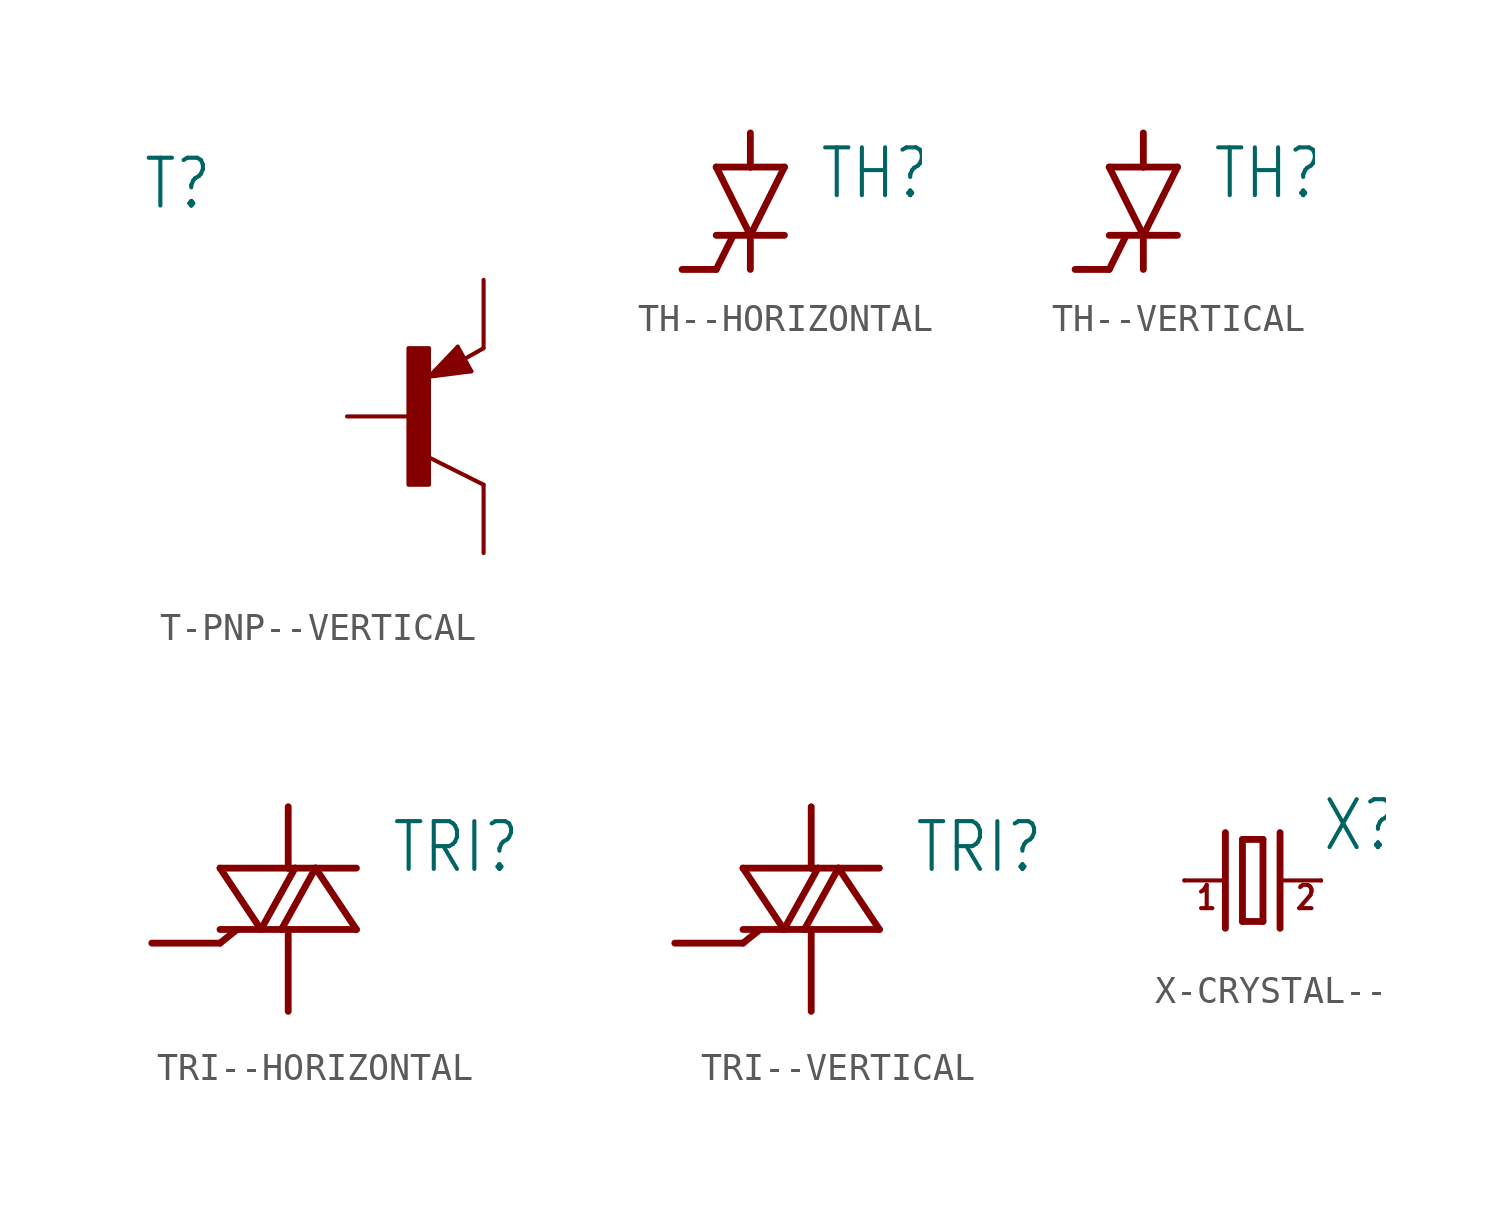
<source format=kicad_sym>
(kicad_symbol_lib
  (version 20231120)
  (generator "kicad_symbol_editor")
  (generator_version "8.0")
  (symbol "T-PNP--VERTICAL"
    (property "Reference" "T"
      (at -10.16 7.62 0)
      (effects (font (size 1.778 1.511)) (justify left bottom)))
    (property "Value" ""
      (at -10.16 5.08 0)
      (effects (font (size 1.778 1.511)) (justify left bottom)))
    (property "ki_locked" ""
      (at 0 0 0)
      (effects (font (size 1.27 1.27))))
    (symbol "T-PNP--VERTICAL_1_0"
      (rectangle (start -0.254 -2.54) (end 0.508 2.54) (stroke (width 0) (type default)) (fill (type outline)))
      (polyline (pts (xy 0.516 1.478) (xy 2.086 1.678)) (stroke (width 0.152) (type solid)) (fill (type none)))
      (polyline (pts (xy 0.762 1.651) (xy 1.778 1.778)) (stroke (width 0.254) (type solid)) (fill (type none)))
      (polyline (pts (xy 1.143 1.905) (xy 1.524 1.905)) (stroke (width 0.254) (type solid)) (fill (type none)))
      (polyline (pts (xy 1.524 2.159) (xy 1.143 1.905)) (stroke (width 0.254) (type solid)) (fill (type none)))
      (polyline (pts (xy 1.524 2.413) (xy 0.762 1.651)) (stroke (width 0.254) (type solid)) (fill (type none)))
      (polyline (pts (xy 1.578 2.594) (xy 0.516 1.478)) (stroke (width 0.152) (type solid)) (fill (type none)))
      (polyline (pts (xy 1.778 1.778) (xy 1.524 2.159)) (stroke (width 0.254) (type solid)) (fill (type none)))
      (polyline (pts (xy 1.905 1.778) (xy 1.524 2.413)) (stroke (width 0.254) (type solid)) (fill (type none)))
      (polyline (pts (xy 2.086 1.678) (xy 1.578 2.594)) (stroke (width 0.152) (type solid)) (fill (type none)))
      (polyline (pts (xy 2.54 -2.54) (xy 0.508 -1.524)) (stroke (width 0.152) (type solid)) (fill (type none)))
      (polyline (pts (xy 2.54 2.54) (xy 1.808 2.124)) (stroke (width 0.152) (type solid)) (fill (type none)))
      (pin passive line (at -2.54 0 0) (length 2.54) (name "B" (effects (font (size 0 0)))) (number "1" (effects (font (size 0 0)))))
      (pin passive line (at 2.54 -5.08 90) (length 2.54) (name "C" (effects (font (size 0 0)))) (number "2" (effects (font (size 0 0)))))
      (pin passive line (at 2.54 5.08 270) (length 2.54) (name "E" (effects (font (size 0 0)))) (number "3" (effects (font (size 0 0)))))))
  (symbol "TH--HORIZONTAL"
    (property "Reference" "TH"
      (at 2.54 0 0)
      (effects (font (size 1.778 1.511)) (justify left bottom)))
    (property "Value" ""
      (at 2.54 -2.54 0)
      (effects (font (size 1.778 1.511)) (justify left bottom)))
    (property "ki_locked" ""
      (at 0 0 0)
      (effects (font (size 1.27 1.27))))
    (symbol "TH--HORIZONTAL_1_0"
      (polyline (pts (xy -1.27 -2.54) (xy -2.54 -2.54)) (stroke (width 0.254) (type solid)) (fill (type none)))
      (polyline (pts (xy -1.27 -1.27) (xy -0.635 -1.27)) (stroke (width 0.254) (type solid)) (fill (type none)))
      (polyline (pts (xy -1.27 1.27) (xy 0 1.27)) (stroke (width 0.254) (type solid)) (fill (type none)))
      (polyline (pts (xy -0.635 -1.27) (xy -1.27 -2.54)) (stroke (width 0.254) (type solid)) (fill (type none)))
      (polyline (pts (xy -0.635 -1.27) (xy 0 -1.27)) (stroke (width 0.254) (type solid)) (fill (type none)))
      (polyline (pts (xy 0 -1.27) (xy -1.27 1.27)) (stroke (width 0.254) (type solid)) (fill (type none)))
      (polyline (pts (xy 0 -1.27) (xy 0 -2.54)) (stroke (width 0.254) (type solid)) (fill (type none)))
      (polyline (pts (xy 0 -1.27) (xy 1.27 -1.27)) (stroke (width 0.254) (type solid)) (fill (type none)))
      (polyline (pts (xy 0 1.27) (xy 1.27 1.27)) (stroke (width 0.254) (type solid)) (fill (type none)))
      (polyline (pts (xy 0 2.54) (xy 0 1.27)) (stroke (width 0.254) (type solid)) (fill (type none)))
      (polyline (pts (xy 1.27 1.27) (xy 0 -1.27)) (stroke (width 0.254) (type solid)) (fill (type none)))
      (pin passive line (at 0 -2.54 90) (length 0) (name "C" (effects (font (size 0 0)))) (number "1" (effects (font (size 0 0)))))
      (pin passive line (at 0 2.54 270) (length 0) (name "A" (effects (font (size 0 0)))) (number "2" (effects (font (size 0 0)))))
      (pin passive line (at -2.54 -2.54 0) (length 0) (name "G" (effects (font (size 0 0)))) (number "3" (effects (font (size 0 0)))))))
  (symbol "TH--VERTICAL"
    (property "Reference" "TH"
      (at 2.54 0 0)
      (effects (font (size 1.778 1.511)) (justify left bottom)))
    (property "Value" ""
      (at 2.54 -2.54 0)
      (effects (font (size 1.778 1.511)) (justify left bottom)))
    (property "ki_locked" ""
      (at 0 0 0)
      (effects (font (size 1.27 1.27))))
    (symbol "TH--VERTICAL_1_0"
      (polyline (pts (xy -1.27 -2.54) (xy -2.54 -2.54)) (stroke (width 0.254) (type solid)) (fill (type none)))
      (polyline (pts (xy -1.27 -1.27) (xy -0.635 -1.27)) (stroke (width 0.254) (type solid)) (fill (type none)))
      (polyline (pts (xy -1.27 1.27) (xy 0 1.27)) (stroke (width 0.254) (type solid)) (fill (type none)))
      (polyline (pts (xy -0.635 -1.27) (xy -1.27 -2.54)) (stroke (width 0.254) (type solid)) (fill (type none)))
      (polyline (pts (xy -0.635 -1.27) (xy 0 -1.27)) (stroke (width 0.254) (type solid)) (fill (type none)))
      (polyline (pts (xy 0 -1.27) (xy -1.27 1.27)) (stroke (width 0.254) (type solid)) (fill (type none)))
      (polyline (pts (xy 0 -1.27) (xy 0 -2.54)) (stroke (width 0.254) (type solid)) (fill (type none)))
      (polyline (pts (xy 0 -1.27) (xy 1.27 -1.27)) (stroke (width 0.254) (type solid)) (fill (type none)))
      (polyline (pts (xy 0 1.27) (xy 1.27 1.27)) (stroke (width 0.254) (type solid)) (fill (type none)))
      (polyline (pts (xy 0 2.54) (xy 0 1.27)) (stroke (width 0.254) (type solid)) (fill (type none)))
      (polyline (pts (xy 1.27 1.27) (xy 0 -1.27)) (stroke (width 0.254) (type solid)) (fill (type none)))
      (pin passive line (at 0 -2.54 90) (length 0) (name "C" (effects (font (size 0 0)))) (number "1" (effects (font (size 0 0)))))
      (pin passive line (at 0 2.54 270) (length 0) (name "A" (effects (font (size 0 0)))) (number "2" (effects (font (size 0 0)))))
      (pin passive line (at -2.54 -2.54 0) (length 0) (name "G" (effects (font (size 0 0)))) (number "3" (effects (font (size 0 0)))))))
  (symbol "TRI--HORIZONTAL"
    (property "Reference" "TRI"
      (at 3.81 2.54 0)
      (effects (font (size 1.778 1.511)) (justify left bottom)))
    (property "Value" ""
      (at 3.81 0 0)
      (effects (font (size 1.778 1.511)) (justify left bottom)))
    (property "ki_locked" ""
      (at 0 0 0)
      (effects (font (size 1.27 1.27))))
    (symbol "TRI--HORIZONTAL_1_0"
      (polyline (pts (xy -5.08 0) (xy -2.54 0)) (stroke (width 0.254) (type solid)) (fill (type none)))
      (polyline (pts (xy -2.54 2.794) (xy -1.016 0.508)) (stroke (width 0.254) (type solid)) (fill (type none)))
      (polyline (pts (xy -1.905 0.508) (xy -2.54 0)) (stroke (width 0.254) (type solid)) (fill (type none)))
      (polyline (pts (xy -1.905 0.508) (xy -2.54 0.508)) (stroke (width 0.254) (type solid)) (fill (type none)))
      (polyline (pts (xy -1.016 0.508) (xy -1.905 0.508)) (stroke (width 0.254) (type solid)) (fill (type none)))
      (polyline (pts (xy -1.016 0.508) (xy -0.254 0.508)) (stroke (width 0.254) (type solid)) (fill (type none)))
      (polyline (pts (xy -1.016 0.508) (xy 0.254 2.794)) (stroke (width 0.254) (type solid)) (fill (type none)))
      (polyline (pts (xy -0.254 0.508) (xy 1.016 2.794)) (stroke (width 0.254) (type solid)) (fill (type none)))
      (polyline (pts (xy 0 0.508) (xy -0.254 0.508)) (stroke (width 0.254) (type solid)) (fill (type none)))
      (polyline (pts (xy 0 0.508) (xy 0 -2.54)) (stroke (width 0.254) (type solid)) (fill (type none)))
      (polyline (pts (xy 0 2.794) (xy -2.54 2.794)) (stroke (width 0.254) (type solid)) (fill (type none)))
      (polyline (pts (xy 0 5.08) (xy 0 2.794)) (stroke (width 0.254) (type solid)) (fill (type none)))
      (polyline (pts (xy 0.254 2.794) (xy 0 2.794)) (stroke (width 0.254) (type solid)) (fill (type none)))
      (polyline (pts (xy 1.016 2.794) (xy 0.254 2.794)) (stroke (width 0.254) (type solid)) (fill (type none)))
      (polyline (pts (xy 1.016 2.794) (xy 2.54 0.508)) (stroke (width 0.254) (type solid)) (fill (type none)))
      (polyline (pts (xy 1.016 2.794) (xy 2.54 2.794)) (stroke (width 0.254) (type solid)) (fill (type none)))
      (polyline (pts (xy 2.54 0.508) (xy 0 0.508)) (stroke (width 0.254) (type solid)) (fill (type none)))
      (pin passive line (at 0 -2.54 90) (length 0) (name "T1" (effects (font (size 0 0)))) (number "1" (effects (font (size 0 0)))))
      (pin passive line (at 0 5.08 270) (length 0) (name "T2" (effects (font (size 0 0)))) (number "2" (effects (font (size 0 0)))))
      (pin passive line (at -5.08 0 0) (length 0) (name "G" (effects (font (size 0 0)))) (number "3" (effects (font (size 0 0)))))))
  (symbol "TRI--VERTICAL"
    (property "Reference" "TRI"
      (at 3.81 2.54 0)
      (effects (font (size 1.778 1.511)) (justify left bottom)))
    (property "Value" ""
      (at 3.81 0 0)
      (effects (font (size 1.778 1.511)) (justify left bottom)))
    (property "ki_locked" ""
      (at 0 0 0)
      (effects (font (size 1.27 1.27))))
    (symbol "TRI--VERTICAL_1_0"
      (polyline (pts (xy -5.08 0) (xy -2.54 0)) (stroke (width 0.254) (type solid)) (fill (type none)))
      (polyline (pts (xy -2.54 2.794) (xy -1.016 0.508)) (stroke (width 0.254) (type solid)) (fill (type none)))
      (polyline (pts (xy -1.905 0.508) (xy -2.54 0)) (stroke (width 0.254) (type solid)) (fill (type none)))
      (polyline (pts (xy -1.905 0.508) (xy -2.54 0.508)) (stroke (width 0.254) (type solid)) (fill (type none)))
      (polyline (pts (xy -1.016 0.508) (xy -1.905 0.508)) (stroke (width 0.254) (type solid)) (fill (type none)))
      (polyline (pts (xy -1.016 0.508) (xy -0.254 0.508)) (stroke (width 0.254) (type solid)) (fill (type none)))
      (polyline (pts (xy -1.016 0.508) (xy 0.254 2.794)) (stroke (width 0.254) (type solid)) (fill (type none)))
      (polyline (pts (xy -0.254 0.508) (xy 1.016 2.794)) (stroke (width 0.254) (type solid)) (fill (type none)))
      (polyline (pts (xy 0 0.508) (xy -0.254 0.508)) (stroke (width 0.254) (type solid)) (fill (type none)))
      (polyline (pts (xy 0 0.508) (xy 0 -2.54)) (stroke (width 0.254) (type solid)) (fill (type none)))
      (polyline (pts (xy 0 2.794) (xy -2.54 2.794)) (stroke (width 0.254) (type solid)) (fill (type none)))
      (polyline (pts (xy 0 5.08) (xy 0 2.794)) (stroke (width 0.254) (type solid)) (fill (type none)))
      (polyline (pts (xy 0.254 2.794) (xy 0 2.794)) (stroke (width 0.254) (type solid)) (fill (type none)))
      (polyline (pts (xy 1.016 2.794) (xy 0.254 2.794)) (stroke (width 0.254) (type solid)) (fill (type none)))
      (polyline (pts (xy 1.016 2.794) (xy 2.54 0.508)) (stroke (width 0.254) (type solid)) (fill (type none)))
      (polyline (pts (xy 1.016 2.794) (xy 2.54 2.794)) (stroke (width 0.254) (type solid)) (fill (type none)))
      (polyline (pts (xy 2.54 0.508) (xy 0 0.508)) (stroke (width 0.254) (type solid)) (fill (type none)))
      (pin passive line (at 0 -2.54 90) (length 0) (name "T1" (effects (font (size 0 0)))) (number "1" (effects (font (size 0 0)))))
      (pin passive line (at 0 5.08 270) (length 0) (name "T2" (effects (font (size 0 0)))) (number "2" (effects (font (size 0 0)))))
      (pin passive line (at -5.08 0 0) (length 0) (name "G" (effects (font (size 0 0)))) (number "3" (effects (font (size 0 0)))))))
  (symbol "X-CRYSTAL--"
    (property "Reference" "X"
      (at 2.54 1.016 0)
      (effects (font (size 1.778 1.511)) (justify left bottom)))
    (property "Value" ""
      (at 2.54 -2.54 0)
      (effects (font (size 1.778 1.511)) (justify left bottom)))
    (property "ki_locked" ""
      (at 0 0 0)
      (effects (font (size 1.27 1.27))))
    (symbol "X-CRYSTAL--_1_0"
      (polyline (pts (xy -2.54 0) (xy -1.016 0)) (stroke (width 0.152) (type solid)) (fill (type none)))
      (polyline (pts (xy -1.016 1.778) (xy -1.016 -1.778)) (stroke (width 0.254) (type solid)) (fill (type none)))
      (polyline (pts (xy -0.381 -1.524) (xy 0.381 -1.524)) (stroke (width 0.254) (type solid)) (fill (type none)))
      (polyline (pts (xy -0.381 1.524) (xy -0.381 -1.524)) (stroke (width 0.254) (type solid)) (fill (type none)))
      (polyline (pts (xy 0.381 -1.524) (xy 0.381 1.524)) (stroke (width 0.254) (type solid)) (fill (type none)))
      (polyline (pts (xy 0.381 1.524) (xy -0.381 1.524)) (stroke (width 0.254) (type solid)) (fill (type none)))
      (polyline (pts (xy 1.016 0) (xy 2.54 0)) (stroke (width 0.152) (type solid)) (fill (type none)))
      (polyline (pts (xy 1.016 1.778) (xy 1.016 -1.778)) (stroke (width 0.254) (type solid)) (fill (type none)))
      (text "1" (at -2.159 -1.143 0) (effects (font (size 0.864 0.734)) (justify left bottom)))
      (text "2" (at 1.524 -1.143 0) (effects (font (size 0.864 0.734)) (justify left bottom)))
      (pin passive line (at -2.54 0 0) (length 0) (name "1" (effects (font (size 0 0)))) (number "1" (effects (font (size 0 0)))))
      (pin passive line (at 2.54 0 180) (length 0) (name "2" (effects (font (size 0 0)))) (number "2" (effects (font (size 0 0))))))))
</source>
